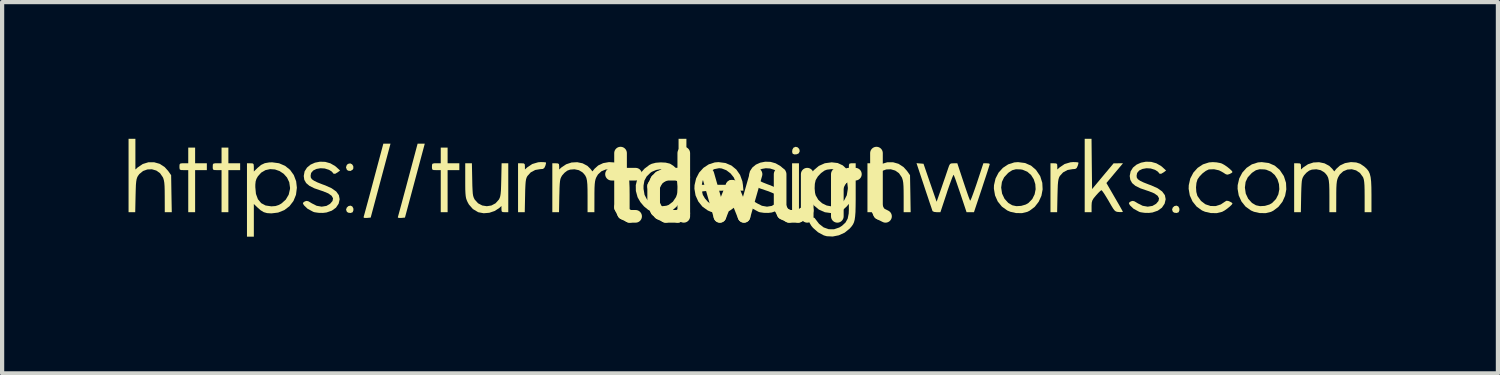
<source format=kicad_pcb>
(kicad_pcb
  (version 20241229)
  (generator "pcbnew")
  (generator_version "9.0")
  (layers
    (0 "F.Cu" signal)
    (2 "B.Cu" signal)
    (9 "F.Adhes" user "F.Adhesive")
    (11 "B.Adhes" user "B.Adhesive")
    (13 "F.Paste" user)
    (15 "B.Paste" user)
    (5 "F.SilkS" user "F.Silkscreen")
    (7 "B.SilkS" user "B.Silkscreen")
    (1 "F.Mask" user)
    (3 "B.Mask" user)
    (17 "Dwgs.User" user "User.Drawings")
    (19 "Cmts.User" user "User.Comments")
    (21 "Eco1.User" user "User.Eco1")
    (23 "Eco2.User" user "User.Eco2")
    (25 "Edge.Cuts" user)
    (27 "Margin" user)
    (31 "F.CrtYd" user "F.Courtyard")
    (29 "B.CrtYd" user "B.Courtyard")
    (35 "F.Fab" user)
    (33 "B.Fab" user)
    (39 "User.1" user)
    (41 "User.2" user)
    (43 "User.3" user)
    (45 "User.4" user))
  (footprint "tdwurl"
    (layer "F.Cu")
    (at 14.743 1.404)
    (property "Reference" "tdwurl" (at 0 0 0) (layer "F.SilkS") (effects (font (size 1.5 1.5) (thickness 0.3))))
    (attr board_only exclude_from_pos_files exclude_from_bom)
    (fp_poly (pts (xy 1.161 0) (xy 1.161 0.58) (xy 1.08 0.58) (xy 0.998 0.58) (xy 0.998 0) (xy 0.998 -0.58) (xy 1.08 -0.58) (xy 1.161 -0.58)) (stroke (width 0) (type solid)) (fill yes) (layer "F.SilkS"))
    (fp_poly (pts (xy -9.44 -0.556) (xy -9.412 -0.512) (xy -9.41 -0.46) (xy -9.427 -0.428) (xy -9.478 -0.398) (xy -9.536 -0.405) (xy -9.565 -0.428) (xy -9.585 -0.484) (xy -9.566 -0.54) (xy -9.537 -0.566) (xy -9.485 -0.578)) (stroke (width 0) (type solid)) (fill yes) (layer "F.SilkS"))
    (fp_poly (pts (xy -9.436 0.443) (xy -9.411 0.487) (xy -9.408 0.532) (xy -9.427 0.581) (xy -9.475 0.599) (xy -9.531 0.592) (xy -9.564 0.571) (xy -9.583 0.52) (xy -9.567 0.472) (xy -9.529 0.436) (xy -9.479 0.424)) (stroke (width 0) (type solid)) (fill yes) (layer "F.SilkS"))
    (fp_poly (pts (xy 10.16 0.443) (xy 10.184 0.487) (xy 10.188 0.532) (xy 10.169 0.581) (xy 10.121 0.599) (xy 10.065 0.592) (xy 10.032 0.571) (xy 10.013 0.52) (xy 10.028 0.472) (xy 10.066 0.436) (xy 10.116 0.424)) (stroke (width 0) (type solid)) (fill yes) (layer "F.SilkS"))
    (fp_poly (pts (xy 1.133 -0.957) (xy 1.168 -0.919) (xy 1.18 -0.869) (xy 1.159 -0.82) (xy 1.156 -0.817) (xy 1.112 -0.795) (xy 1.056 -0.79) (xy 1.014 -0.805) (xy 1.014 -0.805) (xy 0.999 -0.848) (xy 1.005 -0.904) (xy 1.031 -0.95) (xy 1.034 -0.952) (xy 1.084 -0.972)) (stroke (width 0) (type solid)) (fill yes) (layer "F.SilkS"))
    (fp_poly (pts (xy -8.764 -0.168) (xy -8.999 0.708) (xy -9.088 0.716) (xy -9.147 0.716) (xy -9.167 0.704) (xy -9.166 0.692) (xy -9.158 0.664) (xy -9.139 0.595) (xy -9.111 0.492) (xy -9.075 0.36) (xy -9.032 0.202) (xy -8.985 0.026) (xy -8.934 -0.165) (xy -8.927 -0.192) (xy -8.699 -1.045) (xy -8.614 -1.045) (xy -8.529 -1.045)) (stroke (width 0) (type solid)) (fill yes) (layer "F.SilkS"))
    (fp_poly (pts (xy -7.951 -0.168) (xy -8.186 0.708) (xy -8.275 0.716) (xy -8.334 0.716) (xy -8.355 0.704) (xy -8.353 0.692) (xy -8.345 0.664) (xy -8.326 0.595) (xy -8.298 0.492) (xy -8.262 0.36) (xy -8.22 0.202) (xy -8.172 0.026) (xy -8.121 -0.165) (xy -8.114 -0.192) (xy -7.886 -1.045) (xy -7.801 -1.045) (xy -7.716 -1.045)) (stroke (width 0) (type solid)) (fill yes) (layer "F.SilkS"))
    (fp_poly (pts (xy -13.164 -0.766) (xy -13.164 -0.58) (xy -13.025 -0.58) (xy -12.886 -0.58) (xy -12.886 -0.499) (xy -12.886 -0.418) (xy -13.025 -0.418) (xy -13.164 -0.418) (xy -13.164 0.081) (xy -13.164 0.58) (xy -13.246 0.58) (xy -13.327 0.58) (xy -13.327 0.081) (xy -13.327 -0.418) (xy -13.431 -0.418) (xy -13.496 -0.42) (xy -13.526 -0.431) (xy -13.535 -0.463) (xy -13.536 -0.499) (xy -13.534 -0.549) (xy -13.518 -0.573) (xy -13.478 -0.58) (xy -13.431 -0.58) (xy -13.327 -0.58) (xy -13.327 -0.766) (xy -13.327 -0.952) (xy -13.246 -0.952) (xy -13.164 -0.952)) (stroke (width 0) (type solid)) (fill yes) (layer "F.SilkS"))
    (fp_poly (pts (xy -12.375 -0.766) (xy -12.375 -0.58) (xy -12.236 -0.58) (xy -12.096 -0.58) (xy -12.096 -0.499) (xy -12.096 -0.418) (xy -12.236 -0.418) (xy -12.375 -0.418) (xy -12.375 0.081) (xy -12.375 0.58) (xy -12.456 0.58) (xy -12.537 0.58) (xy -12.537 0.081) (xy -12.537 -0.418) (xy -12.642 -0.418) (xy -12.706 -0.42) (xy -12.737 -0.431) (xy -12.746 -0.463) (xy -12.746 -0.499) (xy -12.744 -0.549) (xy -12.729 -0.573) (xy -12.688 -0.58) (xy -12.642 -0.58) (xy -12.537 -0.58) (xy -12.537 -0.766) (xy -12.537 -0.952) (xy -12.456 -0.952) (xy -12.375 -0.952)) (stroke (width 0) (type solid)) (fill yes) (layer "F.SilkS"))
    (fp_poly (pts (xy -7.174 -0.766) (xy -7.174 -0.58) (xy -7.035 -0.58) (xy -6.896 -0.58) (xy -6.896 -0.499) (xy -6.896 -0.418) (xy -7.035 -0.418) (xy -7.174 -0.418) (xy -7.174 0.081) (xy -7.174 0.58) (xy -7.255 0.58) (xy -7.337 0.58) (xy -7.337 0.081) (xy -7.337 -0.418) (xy -7.441 -0.418) (xy -7.505 -0.42) (xy -7.536 -0.431) (xy -7.545 -0.463) (xy -7.546 -0.499) (xy -7.543 -0.549) (xy -7.528 -0.573) (xy -7.488 -0.58) (xy -7.441 -0.58) (xy -7.337 -0.58) (xy -7.337 -0.766) (xy -7.337 -0.952) (xy -7.255 -0.952) (xy -7.174 -0.952)) (stroke (width 0) (type solid)) (fill yes) (layer "F.SilkS"))
    (fp_poly (pts (xy -4.896 -0.607) (xy -4.85 -0.602) (xy -4.84 -0.599) (xy -4.841 -0.573) (xy -4.855 -0.522) (xy -4.858 -0.515) (xy -4.882 -0.467) (xy -4.915 -0.446) (xy -4.976 -0.441) (xy -4.98 -0.441) (xy -5.098 -0.421) (xy -5.203 -0.364) (xy -5.28 -0.279) (xy -5.282 -0.276) (xy -5.3 -0.241) (xy -5.313 -0.199) (xy -5.322 -0.143) (xy -5.328 -0.065) (xy -5.333 0.045) (xy -5.336 0.192) (xy -5.344 0.58) (xy -5.423 0.58) (xy -5.503 0.58) (xy -5.503 0) (xy -5.503 -0.58) (xy -5.421 -0.58) (xy -5.367 -0.577) (xy -5.344 -0.557) (xy -5.34 -0.508) (xy -5.34 -0.507) (xy -5.34 -0.433) (xy -5.288 -0.481) (xy -5.166 -0.563) (xy -5.027 -0.604) (xy -4.963 -0.609)) (stroke (width 0) (type solid)) (fill yes) (layer "F.SilkS"))
    (fp_poly (pts (xy 7.735 -0.607) (xy 7.78 -0.602) (xy 7.79 -0.599) (xy 7.79 -0.573) (xy 7.775 -0.522) (xy 7.772 -0.515) (xy 7.749 -0.467) (xy 7.716 -0.446) (xy 7.655 -0.441) (xy 7.651 -0.441) (xy 7.532 -0.421) (xy 7.427 -0.364) (xy 7.35 -0.279) (xy 7.348 -0.276) (xy 7.331 -0.241) (xy 7.318 -0.199) (xy 7.309 -0.143) (xy 7.302 -0.065) (xy 7.298 0.045) (xy 7.294 0.192) (xy 7.286 0.58) (xy 7.207 0.58) (xy 7.128 0.58) (xy 7.128 0) (xy 7.128 -0.58) (xy 7.209 -0.58) (xy 7.264 -0.577) (xy 7.286 -0.557) (xy 7.29 -0.508) (xy 7.29 -0.507) (xy 7.29 -0.433) (xy 7.343 -0.481) (xy 7.464 -0.563) (xy 7.603 -0.604) (xy 7.667 -0.609)) (stroke (width 0) (type solid)) (fill yes) (layer "F.SilkS"))
    (fp_poly (pts (xy -14.581 -0.797) (xy -14.581 -0.433) (xy -14.528 -0.481) (xy -14.407 -0.563) (xy -14.274 -0.604) (xy -14.138 -0.605) (xy -14.006 -0.568) (xy -13.887 -0.491) (xy -13.804 -0.399) (xy -13.733 -0.298) (xy -13.726 0.141) (xy -13.718 0.58) (xy -13.801 0.58) (xy -13.884 0.58) (xy -13.885 0.215) (xy -13.886 0.069) (xy -13.889 -0.038) (xy -13.895 -0.117) (xy -13.905 -0.176) (xy -13.919 -0.224) (xy -13.93 -0.249) (xy -13.996 -0.345) (xy -14.085 -0.408) (xy -14.189 -0.438) (xy -14.297 -0.434) (xy -14.4 -0.397) (xy -14.487 -0.325) (xy -14.523 -0.276) (xy -14.54 -0.241) (xy -14.553 -0.199) (xy -14.562 -0.143) (xy -14.569 -0.065) (xy -14.573 0.045) (xy -14.577 0.192) (xy -14.585 0.58) (xy -14.664 0.58) (xy -14.743 0.58) (xy -14.743 -0.29) (xy -14.743 -1.161) (xy -14.662 -1.161) (xy -14.581 -1.161)) (stroke (width 0) (type solid)) (fill yes) (layer "F.SilkS"))
    (fp_poly (pts (xy 3.523 -0.568) (xy 3.642 -0.491) (xy 3.725 -0.399) (xy 3.796 -0.298) (xy 3.804 0.141) (xy 3.811 0.58) (xy 3.728 0.58) (xy 3.645 0.58) (xy 3.645 0.215) (xy 3.644 0.069) (xy 3.641 -0.038) (xy 3.635 -0.117) (xy 3.625 -0.176) (xy 3.61 -0.224) (xy 3.6 -0.249) (xy 3.534 -0.345) (xy 3.444 -0.408) (xy 3.34 -0.438) (xy 3.232 -0.434) (xy 3.13 -0.397) (xy 3.042 -0.325) (xy 3.007 -0.276) (xy 2.989 -0.241) (xy 2.976 -0.199) (xy 2.967 -0.143) (xy 2.961 -0.065) (xy 2.956 0.045) (xy 2.952 0.192) (xy 2.945 0.58) (xy 2.865 0.58) (xy 2.786 0.58) (xy 2.786 0) (xy 2.786 -0.58) (xy 2.867 -0.58) (xy 2.922 -0.577) (xy 2.944 -0.557) (xy 2.949 -0.508) (xy 2.949 -0.507) (xy 2.949 -0.433) (xy 3.001 -0.481) (xy 3.122 -0.563) (xy 3.255 -0.604) (xy 3.392 -0.605)) (stroke (width 0) (type solid)) (fill yes) (layer "F.SilkS"))
    (fp_poly (pts (xy 8.108 -0.565) (xy 8.115 0.032) (xy 8.37 -0.274) (xy 8.625 -0.579) (xy 8.736 -0.58) (xy 8.848 -0.58) (xy 8.651 -0.346) (xy 8.455 -0.112) (xy 8.65 0.225) (xy 8.715 0.337) (xy 8.771 0.434) (xy 8.814 0.511) (xy 8.84 0.559) (xy 8.846 0.572) (xy 8.825 0.577) (xy 8.774 0.577) (xy 8.75 0.576) (xy 8.71 0.572) (xy 8.679 0.562) (xy 8.65 0.54) (xy 8.618 0.499) (xy 8.577 0.433) (xy 8.519 0.333) (xy 8.508 0.313) (xy 8.45 0.217) (xy 8.4 0.137) (xy 8.361 0.082) (xy 8.339 0.058) (xy 8.337 0.058) (xy 8.312 0.075) (xy 8.267 0.118) (xy 8.211 0.179) (xy 8.209 0.182) (xy 8.152 0.25) (xy 8.121 0.302) (xy 8.107 0.354) (xy 8.103 0.423) (xy 8.103 0.443) (xy 8.103 0.58) (xy 8.022 0.58) (xy 7.94 0.58) (xy 7.94 -0.29) (xy 7.94 -1.161) (xy 8.021 -1.161) (xy 8.102 -1.161)) (stroke (width 0) (type solid)) (fill yes) (layer "F.SilkS"))
    (fp_poly (pts (xy -6.59 -0.192) (xy -6.587 -0.046) (xy -6.582 0.061) (xy -6.577 0.137) (xy -6.568 0.192) (xy -6.555 0.233) (xy -6.538 0.268) (xy -6.53 0.282) (xy -6.451 0.369) (xy -6.352 0.421) (xy -6.244 0.438) (xy -6.135 0.421) (xy -6.037 0.369) (xy -5.959 0.282) (xy -5.955 0.276) (xy -5.938 0.241) (xy -5.925 0.199) (xy -5.916 0.143) (xy -5.909 0.065) (xy -5.905 -0.045) (xy -5.901 -0.192) (xy -5.893 -0.58) (xy -5.814 -0.58) (xy -5.735 -0.58) (xy -5.735 0) (xy -5.735 0.58) (xy -5.816 0.58) (xy -5.871 0.577) (xy -5.893 0.557) (xy -5.897 0.508) (xy -5.897 0.507) (xy -5.897 0.433) (xy -5.949 0.481) (xy -6.057 0.551) (xy -6.185 0.594) (xy -6.318 0.605) (xy -6.442 0.582) (xy -6.451 0.579) (xy -6.575 0.505) (xy -6.669 0.397) (xy -6.701 0.339) (xy -6.721 0.293) (xy -6.736 0.248) (xy -6.745 0.196) (xy -6.751 0.129) (xy -6.755 0.037) (xy -6.756 -0.087) (xy -6.756 -0.18) (xy -6.756 -0.58) (xy -6.677 -0.58) (xy -6.598 -0.58)) (stroke (width 0) (type solid)) (fill yes) (layer "F.SilkS"))
    (fp_poly (pts (xy 6.522 -0.587) (xy 6.665 -0.526) (xy 6.784 -0.424) (xy 6.878 -0.285) (xy 6.887 -0.267) (xy 6.934 -0.116) (xy 6.942 0.039) (xy 6.913 0.192) (xy 6.849 0.332) (xy 6.755 0.453) (xy 6.633 0.545) (xy 6.579 0.572) (xy 6.455 0.602) (xy 6.314 0.601) (xy 6.175 0.57) (xy 6.103 0.539) (xy 5.976 0.448) (xy 5.877 0.326) (xy 5.813 0.182) (xy 5.786 0.024) (xy 5.786 0) (xy 5.959 0) (xy 5.98 0.139) (xy 6.038 0.262) (xy 6.128 0.361) (xy 6.222 0.416) (xy 6.32 0.437) (xy 6.433 0.43) (xy 6.542 0.398) (xy 6.606 0.361) (xy 6.697 0.267) (xy 6.752 0.156) (xy 6.776 0.035) (xy 6.768 -0.086) (xy 6.731 -0.202) (xy 6.668 -0.302) (xy 6.579 -0.38) (xy 6.467 -0.427) (xy 6.421 -0.435) (xy 6.309 -0.439) (xy 6.221 -0.416) (xy 6.136 -0.361) (xy 6.117 -0.344) (xy 6.027 -0.246) (xy 5.976 -0.138) (xy 5.959 -0.009) (xy 5.959 0) (xy 5.786 0) (xy 5.788 -0.061) (xy 5.825 -0.22) (xy 5.897 -0.359) (xy 5.999 -0.472) (xy 6.125 -0.555) (xy 6.269 -0.601) (xy 6.358 -0.608)) (stroke (width 0) (type solid)) (fill yes) (layer "F.SilkS"))
    (fp_poly (pts (xy 12.304 -0.587) (xy 12.446 -0.526) (xy 12.566 -0.424) (xy 12.659 -0.285) (xy 12.668 -0.267) (xy 12.716 -0.116) (xy 12.723 0.039) (xy 12.694 0.192) (xy 12.631 0.332) (xy 12.536 0.453) (xy 12.414 0.545) (xy 12.36 0.572) (xy 12.236 0.602) (xy 12.095 0.601) (xy 11.956 0.57) (xy 11.884 0.539) (xy 11.757 0.448) (xy 11.659 0.326) (xy 11.594 0.182) (xy 11.567 0.024) (xy 11.568 0) (xy 11.741 0) (xy 11.761 0.139) (xy 11.819 0.262) (xy 11.909 0.361) (xy 12.003 0.416) (xy 12.101 0.437) (xy 12.215 0.43) (xy 12.323 0.398) (xy 12.387 0.361) (xy 12.478 0.267) (xy 12.534 0.156) (xy 12.557 0.035) (xy 12.549 -0.086) (xy 12.513 -0.202) (xy 12.449 -0.302) (xy 12.36 -0.38) (xy 12.248 -0.427) (xy 12.202 -0.435) (xy 12.09 -0.439) (xy 12.002 -0.416) (xy 11.918 -0.361) (xy 11.898 -0.344) (xy 11.808 -0.246) (xy 11.757 -0.138) (xy 11.741 -0.009) (xy 11.741 0) (xy 11.568 0) (xy 11.569 -0.061) (xy 11.606 -0.22) (xy 11.679 -0.359) (xy 11.781 -0.472) (xy 11.906 -0.555) (xy 12.05 -0.601) (xy 12.14 -0.608)) (stroke (width 0) (type solid)) (fill yes) (layer "F.SilkS"))
    (fp_poly (pts (xy 11.07 -0.602) (xy 11.156 -0.586) (xy 11.194 -0.574) (xy 11.251 -0.543) (xy 11.318 -0.498) (xy 11.38 -0.448) (xy 11.427 -0.403) (xy 11.446 -0.373) (xy 11.446 -0.372) (xy 11.427 -0.352) (xy 11.381 -0.327) (xy 11.378 -0.326) (xy 11.331 -0.311) (xy 11.292 -0.318) (xy 11.241 -0.35) (xy 11.227 -0.36) (xy 11.127 -0.413) (xy 11.009 -0.439) (xy 10.894 -0.435) (xy 10.879 -0.432) (xy 10.811 -0.399) (xy 10.734 -0.34) (xy 10.664 -0.267) (xy 10.617 -0.2) (xy 10.591 -0.115) (xy 10.581 -0.008) (xy 10.588 0.1) (xy 10.612 0.188) (xy 10.616 0.197) (xy 10.699 0.313) (xy 10.803 0.392) (xy 10.922 0.433) (xy 11.046 0.435) (xy 11.169 0.396) (xy 11.266 0.331) (xy 11.302 0.309) (xy 11.345 0.313) (xy 11.376 0.325) (xy 11.424 0.35) (xy 11.446 0.371) (xy 11.446 0.372) (xy 11.429 0.401) (xy 11.383 0.445) (xy 11.322 0.495) (xy 11.258 0.54) (xy 11.201 0.571) (xy 11.199 0.572) (xy 11.075 0.602) (xy 10.935 0.601) (xy 10.796 0.57) (xy 10.723 0.539) (xy 10.596 0.448) (xy 10.498 0.326) (xy 10.433 0.182) (xy 10.406 0.024) (xy 10.409 -0.061) (xy 10.445 -0.22) (xy 10.518 -0.359) (xy 10.62 -0.472) (xy 10.746 -0.555) (xy 10.889 -0.601) (xy 10.979 -0.608)) (stroke (width 0) (type solid)) (fill yes) (layer "F.SilkS"))
    (fp_poly (pts (xy -11.173 -0.581) (xy -11.031 -0.52) (xy -10.912 -0.425) (xy -10.823 -0.301) (xy -10.767 -0.152) (xy -10.75 0) (xy -10.771 0.167) (xy -10.831 0.314) (xy -10.925 0.437) (xy -11.047 0.53) (xy -11.195 0.589) (xy -11.353 0.608) (xy -11.457 0.602) (xy -11.537 0.579) (xy -11.613 0.532) (xy -11.684 0.469) (xy -11.771 0.385) (xy -11.771 0.773) (xy -11.771 1.161) (xy -11.853 1.161) (xy -11.934 1.161) (xy -11.934 0.29) (xy -11.934 -0.013) (xy -11.736 -0.013) (xy -11.721 0.146) (xy -11.674 0.273) (xy -11.597 0.365) (xy -11.492 0.421) (xy -11.358 0.441) (xy -11.353 0.441) (xy -11.256 0.434) (xy -11.177 0.408) (xy -11.117 0.374) (xy -11.014 0.282) (xy -10.944 0.164) (xy -10.913 0.029) (xy -10.912 0) (xy -10.931 -0.131) (xy -10.984 -0.242) (xy -11.063 -0.331) (xy -11.161 -0.396) (xy -11.27 -0.434) (xy -11.384 -0.442) (xy -11.495 -0.418) (xy -11.596 -0.359) (xy -11.675 -0.271) (xy -11.709 -0.211) (xy -11.728 -0.152) (xy -11.736 -0.074) (xy -11.736 -0.013) (xy -11.934 -0.013) (xy -11.934 -0.58) (xy -11.853 -0.58) (xy -11.801 -0.578) (xy -11.778 -0.562) (xy -11.772 -0.518) (xy -11.771 -0.483) (xy -11.771 -0.385) (xy -11.684 -0.47) (xy -11.598 -0.542) (xy -11.511 -0.583) (xy -11.406 -0.601) (xy -11.334 -0.603)) (stroke (width 0) (type solid)) (fill yes) (layer "F.SilkS"))
    (fp_poly (pts (xy -0.584 -0.587) (xy -0.441 -0.527) (xy -0.324 -0.431) (xy -0.236 -0.304) (xy -0.181 -0.151) (xy -0.168 -0.066) (xy -0.156 0.07) (xy -0.647 0.07) (xy -0.806 0.071) (xy -0.939 0.073) (xy -1.043 0.078) (xy -1.11 0.084) (xy -1.137 0.091) (xy -1.138 0.091) (xy -1.119 0.17) (xy -1.068 0.256) (xy -0.997 0.336) (xy -0.915 0.396) (xy -0.889 0.409) (xy -0.759 0.442) (xy -0.634 0.429) (xy -0.518 0.371) (xy -0.448 0.31) (xy -0.396 0.26) (xy -0.355 0.239) (xy -0.307 0.239) (xy -0.288 0.243) (xy -0.205 0.258) (xy -0.245 0.321) (xy -0.352 0.452) (xy -0.479 0.544) (xy -0.621 0.596) (xy -0.772 0.606) (xy -0.926 0.572) (xy -1.002 0.539) (xy -1.129 0.448) (xy -1.227 0.326) (xy -1.292 0.182) (xy -1.319 0.024) (xy -1.316 -0.061) (xy -1.314 -0.07) (xy -1.143 -0.07) (xy -0.734 -0.07) (xy -0.324 -0.07) (xy -0.339 -0.134) (xy -0.385 -0.244) (xy -0.462 -0.34) (xy -0.561 -0.415) (xy -0.67 -0.457) (xy -0.733 -0.464) (xy -0.845 -0.442) (xy -0.953 -0.385) (xy -1.045 -0.303) (xy -1.109 -0.204) (xy -1.129 -0.143) (xy -1.143 -0.07) (xy -1.314 -0.07) (xy -1.279 -0.22) (xy -1.207 -0.359) (xy -1.105 -0.472) (xy -0.979 -0.555) (xy -0.836 -0.601) (xy -0.746 -0.608)) (stroke (width 0) (type solid)) (fill yes) (layer "F.SilkS"))
    (fp_poly (pts (xy -1.509 -0.29) (xy -1.509 0.58) (xy -1.602 0.58) (xy -1.695 0.58) (xy -1.695 0.484) (xy -1.695 0.388) (xy -1.744 0.45) (xy -1.832 0.528) (xy -1.95 0.579) (xy -2.086 0.603) (xy -2.229 0.595) (xy -2.318 0.574) (xy -2.416 0.524) (xy -2.514 0.443) (xy -2.6 0.342) (xy -2.662 0.235) (xy -2.669 0.219) (xy -2.708 0.075) (xy -2.71 -0.053) (xy -2.526 -0.053) (xy -2.526 0.026) (xy -2.502 0.168) (xy -2.443 0.28) (xy -2.348 0.367) (xy -2.303 0.394) (xy -2.204 0.428) (xy -2.092 0.439) (xy -1.985 0.427) (xy -1.929 0.407) (xy -1.83 0.331) (xy -1.755 0.22) (xy -1.717 0.109) (xy -1.706 -0.023) (xy -1.729 -0.151) (xy -1.78 -0.266) (xy -1.856 -0.359) (xy -1.95 -0.42) (xy -1.987 -0.432) (xy -2.101 -0.442) (xy -2.222 -0.423) (xy -2.328 -0.379) (xy -2.361 -0.357) (xy -2.452 -0.267) (xy -2.505 -0.17) (xy -2.526 -0.053) (xy -2.71 -0.053) (xy -2.711 -0.058) (xy -2.676 -0.199) (xy -2.669 -0.218) (xy -2.602 -0.341) (xy -2.503 -0.453) (xy -2.387 -0.541) (xy -2.332 -0.568) (xy -2.235 -0.593) (xy -2.119 -0.602) (xy -2.002 -0.596) (xy -1.905 -0.573) (xy -1.89 -0.566) (xy -1.819 -0.521) (xy -1.755 -0.463) (xy -1.753 -0.46) (xy -1.695 -0.391) (xy -1.695 -0.776) (xy -1.695 -1.161) (xy -1.602 -1.161) (xy -1.509 -1.161)) (stroke (width 0) (type solid)) (fill yes) (layer "F.SilkS"))
    (fp_poly (pts (xy -10.078 -0.614) (xy -9.957 -0.58) (xy -9.845 -0.516) (xy -9.817 -0.493) (xy -9.725 -0.409) (xy -9.779 -0.368) (xy -9.841 -0.331) (xy -9.882 -0.334) (xy -9.898 -0.356) (xy -9.925 -0.386) (xy -9.978 -0.419) (xy -9.991 -0.426) (xy -10.089 -0.457) (xy -10.191 -0.463) (xy -10.286 -0.446) (xy -10.362 -0.409) (xy -10.409 -0.355) (xy -10.415 -0.338) (xy -10.424 -0.284) (xy -10.419 -0.24) (xy -10.394 -0.202) (xy -10.342 -0.166) (xy -10.26 -0.126) (xy -10.141 -0.079) (xy -10.079 -0.057) (xy -9.926 0.012) (xy -9.817 0.089) (xy -9.754 0.176) (xy -9.735 0.272) (xy -9.759 0.378) (xy -9.759 0.378) (xy -9.823 0.473) (xy -9.922 0.544) (xy -10.047 0.587) (xy -10.131 0.597) (xy -10.236 0.595) (xy -10.331 0.581) (xy -10.362 0.571) (xy -10.497 0.498) (xy -10.58 0.418) (xy -10.607 0.374) (xy -10.593 0.343) (xy -10.556 0.322) (xy -10.517 0.312) (xy -10.475 0.322) (xy -10.416 0.357) (xy -10.399 0.368) (xy -10.281 0.428) (xy -10.161 0.449) (xy -10.049 0.431) (xy -9.962 0.381) (xy -9.904 0.314) (xy -9.892 0.25) (xy -9.926 0.19) (xy -10.005 0.134) (xy -10.129 0.083) (xy -10.178 0.067) (xy -10.336 0.013) (xy -10.452 -0.045) (xy -10.53 -0.111) (xy -10.574 -0.188) (xy -10.587 -0.279) (xy -10.567 -0.388) (xy -10.51 -0.478) (xy -10.426 -0.548) (xy -10.321 -0.595) (xy -10.202 -0.618)) (stroke (width 0) (type solid)) (fill yes) (layer "F.SilkS"))
    (fp_poly (pts (xy 0.486 -0.614) (xy 0.607 -0.58) (xy 0.719 -0.516) (xy 0.747 -0.493) (xy 0.839 -0.409) (xy 0.785 -0.368) (xy 0.723 -0.331) (xy 0.682 -0.334) (xy 0.666 -0.356) (xy 0.639 -0.386) (xy 0.586 -0.419) (xy 0.573 -0.426) (xy 0.475 -0.457) (xy 0.373 -0.463) (xy 0.278 -0.446) (xy 0.202 -0.409) (xy 0.155 -0.355) (xy 0.149 -0.338) (xy 0.14 -0.284) (xy 0.145 -0.24) (xy 0.17 -0.202) (xy 0.222 -0.166) (xy 0.304 -0.126) (xy 0.423 -0.079) (xy 0.485 -0.057) (xy 0.638 0.012) (xy 0.747 0.089) (xy 0.81 0.176) (xy 0.829 0.272) (xy 0.805 0.378) (xy 0.805 0.378) (xy 0.741 0.473) (xy 0.642 0.544) (xy 0.517 0.587) (xy 0.433 0.597) (xy 0.328 0.595) (xy 0.233 0.581) (xy 0.202 0.571) (xy 0.067 0.498) (xy -0.016 0.418) (xy -0.043 0.374) (xy -0.029 0.343) (xy 0.008 0.322) (xy 0.047 0.312) (xy 0.089 0.322) (xy 0.148 0.357) (xy 0.165 0.368) (xy 0.283 0.428) (xy 0.403 0.449) (xy 0.515 0.431) (xy 0.602 0.381) (xy 0.66 0.314) (xy 0.672 0.25) (xy 0.638 0.19) (xy 0.559 0.134) (xy 0.435 0.083) (xy 0.386 0.067) (xy 0.228 0.013) (xy 0.112 -0.045) (xy 0.034 -0.111) (xy -0.01 -0.188) (xy -0.023 -0.279) (xy -0.003 -0.388) (xy 0.054 -0.478) (xy 0.138 -0.548) (xy 0.243 -0.595) (xy 0.362 -0.618)) (stroke (width 0) (type solid)) (fill yes) (layer "F.SilkS"))
    (fp_poly (pts (xy 4.033 -0.576) (xy 4.116 -0.569) (xy 4.271 -0.118) (xy 4.427 0.332) (xy 4.544 -0.002) (xy 4.588 -0.131) (xy 4.631 -0.254) (xy 4.667 -0.361) (xy 4.694 -0.44) (xy 4.7 -0.459) (xy 4.725 -0.528) (xy 4.747 -0.565) (xy 4.779 -0.578) (xy 4.829 -0.58) (xy 4.918 -0.58) (xy 5.062 -0.145) (xy 5.107 -0.011) (xy 5.148 0.109) (xy 5.182 0.206) (xy 5.208 0.274) (xy 5.221 0.306) (xy 5.222 0.307) (xy 5.233 0.292) (xy 5.257 0.238) (xy 5.289 0.152) (xy 5.329 0.041) (xy 5.374 -0.089) (xy 5.387 -0.128) (xy 5.536 -0.58) (xy 5.612 -0.58) (xy 5.664 -0.576) (xy 5.688 -0.564) (xy 5.688 -0.563) (xy 5.681 -0.537) (xy 5.661 -0.473) (xy 5.631 -0.378) (xy 5.591 -0.256) (xy 5.544 -0.115) (xy 5.501 0.017) (xy 5.313 0.58) (xy 5.225 0.58) (xy 5.137 0.58) (xy 4.992 0.145) (xy 4.946 0.011) (xy 4.905 -0.109) (xy 4.871 -0.206) (xy 4.845 -0.274) (xy 4.832 -0.306) (xy 4.831 -0.307) (xy 4.82 -0.292) (xy 4.796 -0.238) (xy 4.764 -0.152) (xy 4.724 -0.041) (xy 4.679 0.089) (xy 4.667 0.128) (xy 4.517 0.58) (xy 4.429 0.58) (xy 4.368 0.573) (xy 4.332 0.556) (xy 4.329 0.551) (xy 4.319 0.522) (xy 4.297 0.455) (xy 4.263 0.357) (xy 4.222 0.233) (xy 4.174 0.091) (xy 4.134 -0.03) (xy 3.95 -0.583)) (stroke (width 0) (type solid)) (fill yes) (layer "F.SilkS"))
    (fp_poly (pts (xy 9.517 -0.614) (xy 9.639 -0.58) (xy 9.751 -0.516) (xy 9.779 -0.493) (xy 9.871 -0.409) (xy 9.817 -0.368) (xy 9.754 -0.331) (xy 9.713 -0.334) (xy 9.698 -0.356) (xy 9.67 -0.386) (xy 9.618 -0.419) (xy 9.605 -0.426) (xy 9.507 -0.457) (xy 9.405 -0.463) (xy 9.31 -0.446) (xy 9.233 -0.409) (xy 9.187 -0.355) (xy 9.181 -0.338) (xy 9.171 -0.284) (xy 9.176 -0.24) (xy 9.202 -0.202) (xy 9.253 -0.166) (xy 9.336 -0.126) (xy 9.455 -0.079) (xy 9.516 -0.057) (xy 9.67 0.012) (xy 9.778 0.089) (xy 9.842 0.176) (xy 9.861 0.272) (xy 9.836 0.378) (xy 9.836 0.378) (xy 9.772 0.473) (xy 9.674 0.544) (xy 9.548 0.587) (xy 9.464 0.597) (xy 9.359 0.595) (xy 9.265 0.581) (xy 9.233 0.571) (xy 9.099 0.498) (xy 9.015 0.418) (xy 8.989 0.374) (xy 9.002 0.343) (xy 9.04 0.322) (xy 9.079 0.312) (xy 9.12 0.322) (xy 9.179 0.357) (xy 9.196 0.368) (xy 9.315 0.428) (xy 9.435 0.449) (xy 9.547 0.431) (xy 9.634 0.381) (xy 9.691 0.314) (xy 9.703 0.25) (xy 9.67 0.19) (xy 9.591 0.134) (xy 9.466 0.083) (xy 9.417 0.067) (xy 9.259 0.013) (xy 9.143 -0.045) (xy 9.065 -0.111) (xy 9.022 -0.188) (xy 9.008 -0.279) (xy 9.029 -0.388) (xy 9.085 -0.478) (xy 9.17 -0.548) (xy 9.275 -0.595) (xy 9.393 -0.618)) (stroke (width 0) (type solid)) (fill yes) (layer "F.SilkS"))
    (fp_poly (pts (xy -3.218 -0.6) (xy -3.124 -0.569) (xy -3.034 -0.508) (xy -3.019 -0.497) (xy -2.966 -0.447) (xy -2.925 -0.394) (xy -2.896 -0.331) (xy -2.876 -0.252) (xy -2.864 -0.148) (xy -2.858 -0.012) (xy -2.856 0.162) (xy -2.856 0.168) (xy -2.856 0.58) (xy -2.937 0.58) (xy -3.018 0.58) (xy -3.018 0.203) (xy -3.019 0.055) (xy -3.022 -0.056) (xy -3.028 -0.135) (xy -3.037 -0.193) (xy -3.05 -0.236) (xy -3.059 -0.255) (xy -3.129 -0.351) (xy -3.22 -0.412) (xy -3.323 -0.439) (xy -3.428 -0.431) (xy -3.526 -0.39) (xy -3.607 -0.315) (xy -3.646 -0.249) (xy -3.664 -0.204) (xy -3.676 -0.153) (xy -3.684 -0.086) (xy -3.689 0.004) (xy -3.691 0.127) (xy -3.691 0.215) (xy -3.692 0.58) (xy -3.773 0.58) (xy -3.854 0.58) (xy -3.854 0.196) (xy -3.855 0.038) (xy -3.859 -0.081) (xy -3.868 -0.17) (xy -3.883 -0.236) (xy -3.907 -0.287) (xy -3.94 -0.33) (xy -3.978 -0.368) (xy -4.061 -0.417) (xy -4.164 -0.438) (xy -4.269 -0.43) (xy -4.334 -0.406) (xy -4.399 -0.357) (xy -4.457 -0.292) (xy -4.464 -0.28) (xy -4.483 -0.246) (xy -4.498 -0.208) (xy -4.507 -0.159) (xy -4.514 -0.091) (xy -4.519 0.005) (xy -4.522 0.136) (xy -4.524 0.192) (xy -4.531 0.58) (xy -4.611 0.58) (xy -4.69 0.58) (xy -4.69 0) (xy -4.69 -0.58) (xy -4.609 -0.58) (xy -4.554 -0.577) (xy -4.532 -0.557) (xy -4.527 -0.508) (xy -4.527 -0.507) (xy -4.527 -0.433) (xy -4.475 -0.481) (xy -4.361 -0.557) (xy -4.233 -0.599) (xy -4.099 -0.606) (xy -3.97 -0.579) (xy -3.857 -0.519) (xy -3.787 -0.45) (xy -3.738 -0.388) (xy -3.689 -0.45) (xy -3.601 -0.529) (xy -3.484 -0.584) (xy -3.354 -0.607) (xy -3.335 -0.608)) (stroke (width 0) (type solid)) (fill yes) (layer "F.SilkS"))
    (fp_poly (pts (xy 14.381 -0.6) (xy 14.475 -0.569) (xy 14.565 -0.508) (xy 14.579 -0.497) (xy 14.633 -0.447) (xy 14.674 -0.394) (xy 14.703 -0.331) (xy 14.723 -0.252) (xy 14.735 -0.148) (xy 14.741 -0.012) (xy 14.743 0.162) (xy 14.743 0.168) (xy 14.743 0.58) (xy 14.662 0.58) (xy 14.581 0.58) (xy 14.581 0.203) (xy 14.58 0.055) (xy 14.577 -0.056) (xy 14.571 -0.135) (xy 14.562 -0.193) (xy 14.549 -0.236) (xy 14.54 -0.255) (xy 14.47 -0.351) (xy 14.378 -0.412) (xy 14.276 -0.439) (xy 14.171 -0.431) (xy 14.073 -0.39) (xy 13.992 -0.315) (xy 13.953 -0.249) (xy 13.935 -0.204) (xy 13.923 -0.153) (xy 13.915 -0.086) (xy 13.91 0.004) (xy 13.908 0.127) (xy 13.908 0.215) (xy 13.907 0.58) (xy 13.826 0.58) (xy 13.745 0.58) (xy 13.745 0.196) (xy 13.744 0.038) (xy 13.74 -0.081) (xy 13.731 -0.17) (xy 13.716 -0.236) (xy 13.692 -0.287) (xy 13.659 -0.33) (xy 13.621 -0.368) (xy 13.538 -0.417) (xy 13.435 -0.438) (xy 13.33 -0.43) (xy 13.265 -0.406) (xy 13.2 -0.357) (xy 13.142 -0.292) (xy 13.135 -0.28) (xy 13.115 -0.246) (xy 13.101 -0.208) (xy 13.091 -0.159) (xy 13.085 -0.091) (xy 13.08 0.005) (xy 13.076 0.136) (xy 13.075 0.192) (xy 13.068 0.58) (xy 12.988 0.58) (xy 12.909 0.58) (xy 12.909 0) (xy 12.909 -0.58) (xy 12.99 -0.58) (xy 13.045 -0.577) (xy 13.067 -0.557) (xy 13.071 -0.508) (xy 13.071 -0.507) (xy 13.071 -0.433) (xy 13.124 -0.481) (xy 13.237 -0.557) (xy 13.366 -0.599) (xy 13.5 -0.606) (xy 13.629 -0.579) (xy 13.742 -0.519) (xy 13.812 -0.45) (xy 13.861 -0.388) (xy 13.91 -0.45) (xy 13.998 -0.529) (xy 14.115 -0.584) (xy 14.245 -0.607) (xy 14.264 -0.608)) (stroke (width 0) (type solid)) (fill yes) (layer "F.SilkS"))
    (fp_poly (pts (xy 2.081 -0.586) (xy 2.2 -0.531) (xy 2.293 -0.445) (xy 2.345 -0.383) (xy 2.345 -0.482) (xy 2.347 -0.544) (xy 2.36 -0.572) (xy 2.396 -0.58) (xy 2.426 -0.58) (xy 2.507 -0.58) (xy 2.507 0.07) (xy 2.507 0.278) (xy 2.505 0.444) (xy 2.502 0.576) (xy 2.494 0.678) (xy 2.483 0.757) (xy 2.467 0.818) (xy 2.444 0.868) (xy 2.415 0.911) (xy 2.378 0.954) (xy 2.361 0.972) (xy 2.245 1.066) (xy 2.108 1.128) (xy 1.962 1.157) (xy 1.82 1.15) (xy 1.75 1.13) (xy 1.613 1.056) (xy 1.494 0.951) (xy 1.456 0.905) (xy 1.409 0.827) (xy 1.397 0.773) (xy 1.421 0.736) (xy 1.457 0.717) (xy 1.507 0.705) (xy 1.535 0.72) (xy 1.544 0.733) (xy 1.638 0.856) (xy 1.747 0.941) (xy 1.868 0.984) (xy 1.994 0.985) (xy 2.12 0.942) (xy 2.182 0.903) (xy 2.265 0.826) (xy 2.317 0.733) (xy 2.341 0.614) (xy 2.345 0.529) (xy 2.345 0.383) (xy 2.293 0.445) (xy 2.191 0.537) (xy 2.072 0.588) (xy 1.939 0.603) (xy 1.776 0.581) (xy 1.632 0.517) (xy 1.509 0.413) (xy 1.41 0.27) (xy 1.409 0.268) (xy 1.372 0.161) (xy 1.357 0.031) (xy 1.358 0.013) (xy 1.533 0.013) (xy 1.542 0.116) (xy 1.557 0.178) (xy 1.619 0.285) (xy 1.71 0.368) (xy 1.818 0.421) (xy 1.935 0.443) (xy 2.051 0.429) (xy 2.138 0.388) (xy 2.235 0.297) (xy 2.296 0.178) (xy 2.32 0.031) (xy 2.321 0) (xy 2.303 -0.153) (xy 2.249 -0.277) (xy 2.159 -0.373) (xy 2.138 -0.388) (xy 2.045 -0.428) (xy 1.934 -0.442) (xy 1.825 -0.429) (xy 1.769 -0.408) (xy 1.685 -0.348) (xy 1.609 -0.267) (xy 1.559 -0.183) (xy 1.557 -0.178) (xy 1.538 -0.093) (xy 1.533 0.013) (xy 1.358 0.013) (xy 1.363 -0.104) (xy 1.39 -0.224) (xy 1.41 -0.27) (xy 1.509 -0.413) (xy 1.631 -0.517) (xy 1.774 -0.581) (xy 1.938 -0.603) (xy 1.939 -0.603)) (stroke (width 0) (type solid)) (fill yes) (layer "F.SilkS")))
  (gr_rect
    (start -3 -3)
    (end 32.486 5.808)
    (stroke (width 0.1) (type default))
    (fill no)
    (layer "Edge.Cuts")))
</source>
